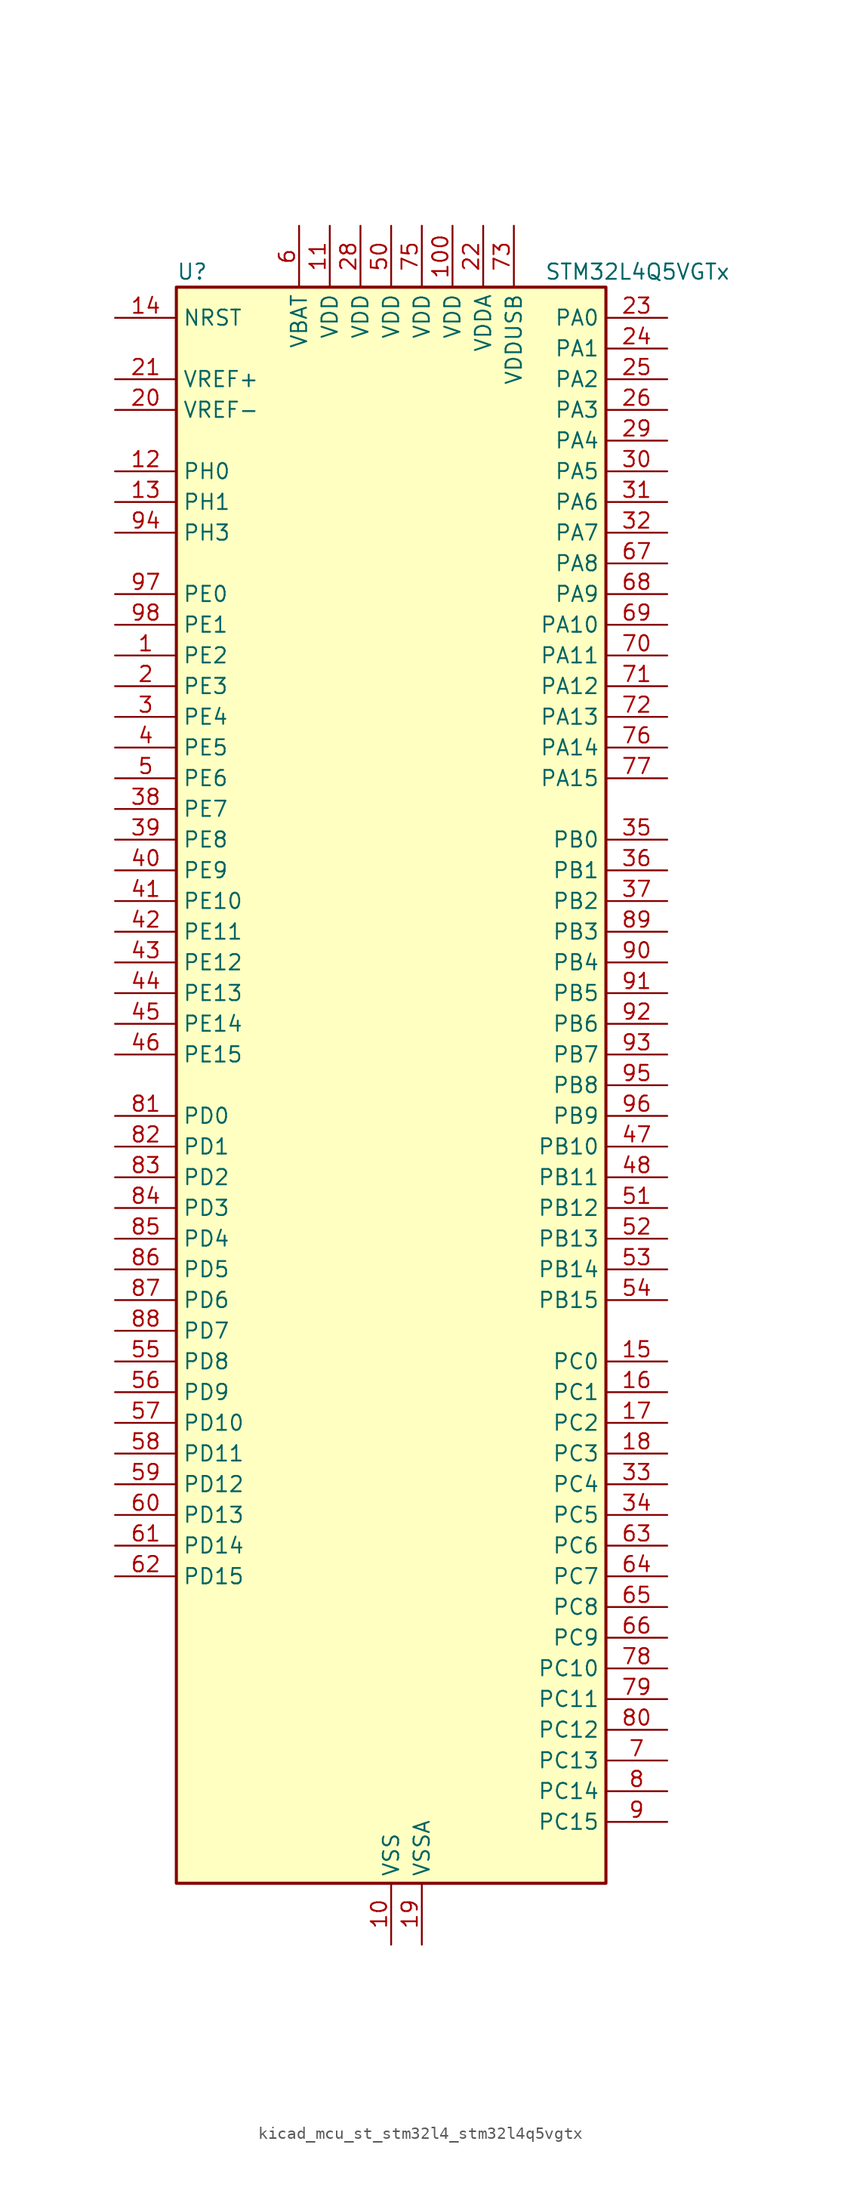
<source format=kicad_sym>
(kicad_symbol_lib
  (version 20220914)
  (generator kicad_symbol_editor)
  (symbol "kicad_mcu_st_stm32l4_stm32l4q5vgtx"
    (property "Reference" "U"
      (at -17.78 67.31 0)
      (effects (font (size 1.27 1.27)) (justify left)))
    (property "Value" "STM32L4Q5VGTx"
      (at 12.7 67.31 0)
      (effects (font (size 1.27 1.27)) (justify left)))
    (property "ki_locked" ""
      (at 0 0 0)
      (effects (font (size 1.27 1.27))))
    (symbol "kicad_mcu_st_stm32l4_stm32l4q5vgtx_0_1"
      (rectangle (start -17.78 -66.04) (end 17.78 66.04) (stroke (width 0.254) (type default)) (fill (type background))))
    (symbol "kicad_mcu_st_stm32l4_stm32l4q5vgtx_1_1"
      (pin bidirectional line (at -22.86 35.56 0) (length 5.08) (name "PE2" (effects (font (size 1.27 1.27)))) (number "1" (effects (font (size 1.27 1.27)))) (alternate "FMC_A23" bidirectional line) (alternate "LTDC_R7" bidirectional line) (alternate "SAI1_CK1" bidirectional line) (alternate "SAI1_MCLK_A" bidirectional line) (alternate "SYS_TRACECLK" bidirectional line) (alternate "TIM3_ETR" bidirectional line) (alternate "TSC_G7_IO1" bidirectional line))
      (pin power_in line (at 0 -71.12 90) (length 5.08) (name "VSS" (effects (font (size 1.27 1.27)))) (number "10" (effects (font (size 1.27 1.27)))))
      (pin power_in line (at 5.08 71.12 270) (length 5.08) (name "VDD" (effects (font (size 1.27 1.27)))) (number "100" (effects (font (size 1.27 1.27)))))
      (pin power_in line (at -5.08 71.12 270) (length 5.08) (name "VDD" (effects (font (size 1.27 1.27)))) (number "11" (effects (font (size 1.27 1.27)))))
      (pin bidirectional line (at -22.86 50.8 0) (length 5.08) (name "PH0" (effects (font (size 1.27 1.27)))) (number "12" (effects (font (size 1.27 1.27)))) (alternate "RCC_OSC_IN" bidirectional line))
      (pin bidirectional line (at -22.86 48.26 0) (length 5.08) (name "PH1" (effects (font (size 1.27 1.27)))) (number "13" (effects (font (size 1.27 1.27)))) (alternate "RCC_OSC_OUT" bidirectional line))
      (pin input line (at -22.86 63.5 0) (length 5.08) (name "NRST" (effects (font (size 1.27 1.27)))) (number "14" (effects (font (size 1.27 1.27)))))
      (pin bidirectional line (at 22.86 -22.86 180) (length 5.08) (name "PC0" (effects (font (size 1.27 1.27)))) (number "15" (effects (font (size 1.27 1.27)))) (alternate "ADC1_IN1" bidirectional line) (alternate "ADC2_IN1" bidirectional line) (alternate "I2C3_SCL" bidirectional line) (alternate "LPTIM1_IN1" bidirectional line) (alternate "LPTIM2_IN1" bidirectional line) (alternate "LPUART1_RX" bidirectional line) (alternate "LTDC_DE" bidirectional line) (alternate "SAI2_FS_A" bidirectional line) (alternate "SDMMC1_CMD" bidirectional line) (alternate "SDMMC2_CKIN" bidirectional line))
      (pin bidirectional line (at 22.86 -25.4 180) (length 5.08) (name "PC1" (effects (font (size 1.27 1.27)))) (number "16" (effects (font (size 1.27 1.27)))) (alternate "ADC1_IN2" bidirectional line) (alternate "ADC2_IN2" bidirectional line) (alternate "I2C3_SDA" bidirectional line) (alternate "LPTIM1_OUT" bidirectional line) (alternate "LPUART1_TX" bidirectional line) (alternate "OCTOSPIM_P1_IO4" bidirectional line) (alternate "SAI1_SD_A" bidirectional line) (alternate "SPI2_MOSI" bidirectional line) (alternate "SYS_TRACED0" bidirectional line))
      (pin bidirectional line (at 22.86 -27.94 180) (length 5.08) (name "PC2" (effects (font (size 1.27 1.27)))) (number "17" (effects (font (size 1.27 1.27)))) (alternate "ADC1_IN3" bidirectional line) (alternate "ADC2_IN3" bidirectional line) (alternate "DFSDM1_CKOUT" bidirectional line) (alternate "LPTIM1_IN2" bidirectional line) (alternate "LTDC_HSYNC" bidirectional line) (alternate "OCTOSPIM_P1_IO5" bidirectional line) (alternate "SPI2_MISO" bidirectional line))
      (pin bidirectional line (at 22.86 -30.48 180) (length 5.08) (name "PC3" (effects (font (size 1.27 1.27)))) (number "18" (effects (font (size 1.27 1.27)))) (alternate "ADC1_IN4" bidirectional line) (alternate "ADC2_IN4" bidirectional line) (alternate "LPTIM1_ETR" bidirectional line) (alternate "LPTIM2_ETR" bidirectional line) (alternate "OCTOSPIM_P1_IO6" bidirectional line) (alternate "SAI1_D1" bidirectional line) (alternate "SAI1_SD_A" bidirectional line) (alternate "SPI2_MOSI" bidirectional line))
      (pin power_in line (at 2.54 -71.12 90) (length 5.08) (name "VSSA" (effects (font (size 1.27 1.27)))) (number "19" (effects (font (size 1.27 1.27)))))
      (pin bidirectional line (at -22.86 33.02 0) (length 5.08) (name "PE3" (effects (font (size 1.27 1.27)))) (number "2" (effects (font (size 1.27 1.27)))) (alternate "FMC_A19" bidirectional line) (alternate "LTDC_R6" bidirectional line) (alternate "OCTOSPIM_P1_DQS" bidirectional line) (alternate "SAI1_SD_B" bidirectional line) (alternate "SYS_TRACED0" bidirectional line) (alternate "TIM3_CH1" bidirectional line) (alternate "TSC_G7_IO2" bidirectional line))
      (pin input line (at -22.86 55.88 0) (length 5.08) (name "VREF-" (effects (font (size 1.27 1.27)))) (number "20" (effects (font (size 1.27 1.27)))))
      (pin input line (at -22.86 58.42 0) (length 5.08) (name "VREF+" (effects (font (size 1.27 1.27)))) (number "21" (effects (font (size 1.27 1.27)))) (alternate "VREFBUF_OUT" bidirectional line))
      (pin power_in line (at 7.62 71.12 270) (length 5.08) (name "VDDA" (effects (font (size 1.27 1.27)))) (number "22" (effects (font (size 1.27 1.27)))))
      (pin bidirectional line (at 22.86 63.5 180) (length 5.08) (name "PA0" (effects (font (size 1.27 1.27)))) (number "23" (effects (font (size 1.27 1.27)))) (alternate "ADC1_IN5" bidirectional line) (alternate "ADC2_IN5" bidirectional line) (alternate "OPAMP1_VINP" bidirectional line) (alternate "RTC_TAMP2" bidirectional line) (alternate "SAI1_EXTCLK" bidirectional line) (alternate "SYS_WKUP1" bidirectional line) (alternate "TIM2_CH1" bidirectional line) (alternate "TIM2_ETR" bidirectional line) (alternate "TIM5_CH1" bidirectional line) (alternate "TIM8_ETR" bidirectional line) (alternate "UART4_TX" bidirectional line) (alternate "USART2_CTS" bidirectional line) (alternate "USART2_NSS" bidirectional line))
      (pin bidirectional line (at 22.86 60.96 180) (length 5.08) (name "PA1" (effects (font (size 1.27 1.27)))) (number "24" (effects (font (size 1.27 1.27)))) (alternate "ADC1_IN6" bidirectional line) (alternate "ADC2_IN6" bidirectional line) (alternate "I2C1_SMBA" bidirectional line) (alternate "OCTOSPIM_P1_DQS" bidirectional line) (alternate "OPAMP1_VINM" bidirectional line) (alternate "SDMMC2_CMD" bidirectional line) (alternate "SPI1_SCK" bidirectional line) (alternate "TIM15_CH1N" bidirectional line) (alternate "TIM2_CH2" bidirectional line) (alternate "TIM5_CH2" bidirectional line) (alternate "UART4_RX" bidirectional line) (alternate "USART2_DE" bidirectional line) (alternate "USART2_RTS" bidirectional line))
      (pin bidirectional line (at 22.86 58.42 180) (length 5.08) (name "PA2" (effects (font (size 1.27 1.27)))) (number "25" (effects (font (size 1.27 1.27)))) (alternate "ADC1_IN7" bidirectional line) (alternate "ADC2_IN7" bidirectional line) (alternate "LPUART1_TX" bidirectional line) (alternate "OCTOSPIM_P1_NCS" bidirectional line) (alternate "RCC_LSCO" bidirectional line) (alternate "SAI2_EXTCLK" bidirectional line) (alternate "SYS_WKUP4" bidirectional line) (alternate "TIM15_CH1" bidirectional line) (alternate "TIM2_CH3" bidirectional line) (alternate "TIM5_CH3" bidirectional line) (alternate "USART2_TX" bidirectional line))
      (pin bidirectional line (at 22.86 55.88 180) (length 5.08) (name "PA3" (effects (font (size 1.27 1.27)))) (number "26" (effects (font (size 1.27 1.27)))) (alternate "ADC1_IN8" bidirectional line) (alternate "ADC2_IN8" bidirectional line) (alternate "LPUART1_RX" bidirectional line) (alternate "OCTOSPIM_P1_CLK" bidirectional line) (alternate "OPAMP1_VOUT" bidirectional line) (alternate "SAI1_CK1" bidirectional line) (alternate "SAI1_MCLK_A" bidirectional line) (alternate "TIM15_CH2" bidirectional line) (alternate "TIM2_CH4" bidirectional line) (alternate "TIM5_CH4" bidirectional line) (alternate "USART2_RX" bidirectional line))
      (pin passive line (at 0 -71.12 90) (length 5.08) hide (name "VSS" (effects (font (size 1.27 1.27)))) (number "27" (effects (font (size 1.27 1.27)))))
      (pin power_in line (at -2.54 71.12 270) (length 5.08) (name "VDD" (effects (font (size 1.27 1.27)))) (number "28" (effects (font (size 1.27 1.27)))))
      (pin bidirectional line (at 22.86 53.34 180) (length 5.08) (name "PA4" (effects (font (size 1.27 1.27)))) (number "29" (effects (font (size 1.27 1.27)))) (alternate "ADC1_IN9" bidirectional line) (alternate "ADC2_IN9" bidirectional line) (alternate "DAC1_OUT1" bidirectional line) (alternate "DCMI_HSYNC" bidirectional line) (alternate "LPTIM2_OUT" bidirectional line) (alternate "LTDC_CLK" bidirectional line) (alternate "OCTOSPIM_P1_NCS" bidirectional line) (alternate "PSSI_DE" bidirectional line) (alternate "SAI1_FS_B" bidirectional line) (alternate "SPI1_NSS" bidirectional line) (alternate "SPI3_NSS" bidirectional line) (alternate "USART2_CK" bidirectional line))
      (pin bidirectional line (at -22.86 30.48 0) (length 5.08) (name "PE4" (effects (font (size 1.27 1.27)))) (number "3" (effects (font (size 1.27 1.27)))) (alternate "DCMI_D4" bidirectional line) (alternate "DFSDM1_DATIN3" bidirectional line) (alternate "FMC_A20" bidirectional line) (alternate "LTDC_B7" bidirectional line) (alternate "PSSI_D4" bidirectional line) (alternate "SAI1_D2" bidirectional line) (alternate "SAI1_FS_A" bidirectional line) (alternate "SYS_TRACED1" bidirectional line) (alternate "TIM3_CH2" bidirectional line) (alternate "TSC_G7_IO3" bidirectional line))
      (pin bidirectional line (at 22.86 50.8 180) (length 5.08) (name "PA5" (effects (font (size 1.27 1.27)))) (number "30" (effects (font (size 1.27 1.27)))) (alternate "ADC1_IN10" bidirectional line) (alternate "ADC2_IN10" bidirectional line) (alternate "DAC1_OUT2" bidirectional line) (alternate "LPTIM2_ETR" bidirectional line) (alternate "LTDC_R7" bidirectional line) (alternate "PSSI_D14" bidirectional line) (alternate "SPI1_SCK" bidirectional line) (alternate "TIM2_CH1" bidirectional line) (alternate "TIM2_ETR" bidirectional line) (alternate "TIM8_CH1N" bidirectional line))
      (pin bidirectional line (at 22.86 48.26 180) (length 5.08) (name "PA6" (effects (font (size 1.27 1.27)))) (number "31" (effects (font (size 1.27 1.27)))) (alternate "ADC1_IN11" bidirectional line) (alternate "ADC2_IN11" bidirectional line) (alternate "DCMI_PIXCLK" bidirectional line) (alternate "LPUART1_CTS" bidirectional line) (alternate "OCTOSPIM_P1_IO3" bidirectional line) (alternate "OPAMP2_VINP" bidirectional line) (alternate "PSSI_PDCK" bidirectional line) (alternate "SPI1_MISO" bidirectional line) (alternate "TIM16_CH1" bidirectional line) (alternate "TIM1_BKIN" bidirectional line) (alternate "TIM3_CH1" bidirectional line) (alternate "TIM8_BKIN" bidirectional line) (alternate "USART3_CTS" bidirectional line) (alternate "USART3_NSS" bidirectional line))
      (pin bidirectional line (at 22.86 45.72 180) (length 5.08) (name "PA7" (effects (font (size 1.27 1.27)))) (number "32" (effects (font (size 1.27 1.27)))) (alternate "ADC1_IN12" bidirectional line) (alternate "ADC2_IN12" bidirectional line) (alternate "I2C3_SCL" bidirectional line) (alternate "OCTOSPIM_P1_IO2" bidirectional line) (alternate "OPAMP2_VINM" bidirectional line) (alternate "SPI1_MOSI" bidirectional line) (alternate "TIM17_CH1" bidirectional line) (alternate "TIM1_CH1N" bidirectional line) (alternate "TIM3_CH2" bidirectional line) (alternate "TIM8_CH1N" bidirectional line))
      (pin bidirectional line (at 22.86 -33.02 180) (length 5.08) (name "PC4" (effects (font (size 1.27 1.27)))) (number "33" (effects (font (size 1.27 1.27)))) (alternate "ADC1_IN13" bidirectional line) (alternate "ADC2_IN13" bidirectional line) (alternate "COMP1_INM" bidirectional line) (alternate "OCTOSPIM_P1_IO7" bidirectional line) (alternate "OCTOSPIM_P2_NCS" bidirectional line) (alternate "USART3_TX" bidirectional line))
      (pin bidirectional line (at 22.86 -35.56 180) (length 5.08) (name "PC5" (effects (font (size 1.27 1.27)))) (number "34" (effects (font (size 1.27 1.27)))) (alternate "ADC1_IN14" bidirectional line) (alternate "ADC2_IN14" bidirectional line) (alternate "COMP1_INP" bidirectional line) (alternate "LTDC_CLK" bidirectional line) (alternate "PSSI_D15" bidirectional line) (alternate "SAI1_D3" bidirectional line) (alternate "SYS_WKUP5" bidirectional line) (alternate "USART3_RX" bidirectional line))
      (pin bidirectional line (at 22.86 20.32 180) (length 5.08) (name "PB0" (effects (font (size 1.27 1.27)))) (number "35" (effects (font (size 1.27 1.27)))) (alternate "ADC1_IN15" bidirectional line) (alternate "ADC2_IN15" bidirectional line) (alternate "COMP1_OUT" bidirectional line) (alternate "LTDC_B6" bidirectional line) (alternate "OCTOSPIM_P1_IO1" bidirectional line) (alternate "OPAMP2_VOUT" bidirectional line) (alternate "SAI1_EXTCLK" bidirectional line) (alternate "SPI1_NSS" bidirectional line) (alternate "TIM1_CH2N" bidirectional line) (alternate "TIM3_CH3" bidirectional line) (alternate "TIM8_CH2N" bidirectional line) (alternate "USART3_CK" bidirectional line))
      (pin bidirectional line (at 22.86 17.78 180) (length 5.08) (name "PB1" (effects (font (size 1.27 1.27)))) (number "36" (effects (font (size 1.27 1.27)))) (alternate "ADC1_IN16" bidirectional line) (alternate "ADC2_IN16" bidirectional line) (alternate "COMP1_INM" bidirectional line) (alternate "DFSDM1_DATIN0" bidirectional line) (alternate "LPTIM2_IN1" bidirectional line) (alternate "LPUART1_DE" bidirectional line) (alternate "LPUART1_RTS" bidirectional line) (alternate "LTDC_G6" bidirectional line) (alternate "OCTOSPIM_P1_IO0" bidirectional line) (alternate "TIM1_CH3N" bidirectional line) (alternate "TIM3_CH4" bidirectional line) (alternate "TIM8_CH3N" bidirectional line) (alternate "USART3_DE" bidirectional line) (alternate "USART3_RTS" bidirectional line))
      (pin bidirectional line (at 22.86 15.24 180) (length 5.08) (name "PB2" (effects (font (size 1.27 1.27)))) (number "37" (effects (font (size 1.27 1.27)))) (alternate "COMP1_INP" bidirectional line) (alternate "DFSDM1_CKIN0" bidirectional line) (alternate "I2C3_SMBA" bidirectional line) (alternate "LPTIM1_OUT" bidirectional line) (alternate "OCTOSPIM_P1_DQS" bidirectional line) (alternate "RTC_OUT2" bidirectional line))
      (pin bidirectional line (at -22.86 22.86 0) (length 5.08) (name "PE7" (effects (font (size 1.27 1.27)))) (number "38" (effects (font (size 1.27 1.27)))) (alternate "DFSDM1_DATIN2" bidirectional line) (alternate "FMC_D4" bidirectional line) (alternate "FMC_DA4" bidirectional line) (alternate "LTDC_B6" bidirectional line) (alternate "SAI1_SD_B" bidirectional line) (alternate "TIM1_ETR" bidirectional line))
      (pin bidirectional line (at -22.86 20.32 0) (length 5.08) (name "PE8" (effects (font (size 1.27 1.27)))) (number "39" (effects (font (size 1.27 1.27)))) (alternate "DFSDM1_CKIN2" bidirectional line) (alternate "FMC_D5" bidirectional line) (alternate "FMC_DA5" bidirectional line) (alternate "LTDC_B7" bidirectional line) (alternate "SAI1_SCK_B" bidirectional line) (alternate "TIM1_CH1N" bidirectional line))
      (pin bidirectional line (at -22.86 27.94 0) (length 5.08) (name "PE5" (effects (font (size 1.27 1.27)))) (number "4" (effects (font (size 1.27 1.27)))) (alternate "DCMI_D6" bidirectional line) (alternate "DFSDM1_CKIN3" bidirectional line) (alternate "FMC_A21" bidirectional line) (alternate "LTDC_G7" bidirectional line) (alternate "PSSI_D6" bidirectional line) (alternate "SAI1_CK2" bidirectional line) (alternate "SAI1_SCK_A" bidirectional line) (alternate "SYS_TRACED2" bidirectional line) (alternate "TIM3_CH3" bidirectional line) (alternate "TSC_G7_IO4" bidirectional line))
      (pin bidirectional line (at -22.86 17.78 0) (length 5.08) (name "PE9" (effects (font (size 1.27 1.27)))) (number "40" (effects (font (size 1.27 1.27)))) (alternate "DAC1_EXTI9" bidirectional line) (alternate "DFSDM1_CKOUT" bidirectional line) (alternate "FMC_D6" bidirectional line) (alternate "FMC_DA6" bidirectional line) (alternate "LTDC_G2" bidirectional line) (alternate "OCTOSPIM_P1_NCLK" bidirectional line) (alternate "SAI1_FS_B" bidirectional line) (alternate "TIM1_CH1" bidirectional line))
      (pin bidirectional line (at -22.86 15.24 0) (length 5.08) (name "PE10" (effects (font (size 1.27 1.27)))) (number "41" (effects (font (size 1.27 1.27)))) (alternate "FMC_D7" bidirectional line) (alternate "FMC_DA7" bidirectional line) (alternate "LTDC_G3" bidirectional line) (alternate "OCTOSPIM_P1_CLK" bidirectional line) (alternate "SAI1_MCLK_B" bidirectional line) (alternate "TIM1_CH2N" bidirectional line) (alternate "TSC_G5_IO1" bidirectional line))
      (pin bidirectional line (at -22.86 12.7 0) (length 5.08) (name "PE11" (effects (font (size 1.27 1.27)))) (number "42" (effects (font (size 1.27 1.27)))) (alternate "ADC1_EXTI11" bidirectional line) (alternate "ADC2_EXTI11" bidirectional line) (alternate "FMC_D8" bidirectional line) (alternate "FMC_DA8" bidirectional line) (alternate "LTDC_G4" bidirectional line) (alternate "OCTOSPIM_P1_NCS" bidirectional line) (alternate "TIM1_CH2" bidirectional line) (alternate "TSC_G5_IO2" bidirectional line))
      (pin bidirectional line (at -22.86 10.16 0) (length 5.08) (name "PE12" (effects (font (size 1.27 1.27)))) (number "43" (effects (font (size 1.27 1.27)))) (alternate "FMC_D9" bidirectional line) (alternate "FMC_DA9" bidirectional line) (alternate "LTDC_G5" bidirectional line) (alternate "OCTOSPIM_P1_IO0" bidirectional line) (alternate "SPI1_NSS" bidirectional line) (alternate "TIM1_CH3N" bidirectional line) (alternate "TSC_G5_IO3" bidirectional line))
      (pin bidirectional line (at -22.86 7.62 0) (length 5.08) (name "PE13" (effects (font (size 1.27 1.27)))) (number "44" (effects (font (size 1.27 1.27)))) (alternate "FMC_D10" bidirectional line) (alternate "FMC_DA10" bidirectional line) (alternate "LTDC_G6" bidirectional line) (alternate "OCTOSPIM_P1_IO1" bidirectional line) (alternate "SPI1_SCK" bidirectional line) (alternate "TIM1_CH3" bidirectional line) (alternate "TSC_G5_IO4" bidirectional line))
      (pin bidirectional line (at -22.86 5.08 0) (length 5.08) (name "PE14" (effects (font (size 1.27 1.27)))) (number "45" (effects (font (size 1.27 1.27)))) (alternate "FMC_D11" bidirectional line) (alternate "FMC_DA11" bidirectional line) (alternate "LTDC_G7" bidirectional line) (alternate "OCTOSPIM_P1_IO2" bidirectional line) (alternate "SPI1_MISO" bidirectional line) (alternate "TIM1_BKIN2" bidirectional line) (alternate "TIM1_CH4" bidirectional line))
      (pin bidirectional line (at -22.86 2.54 0) (length 5.08) (name "PE15" (effects (font (size 1.27 1.27)))) (number "46" (effects (font (size 1.27 1.27)))) (alternate "ADC1_EXTI15" bidirectional line) (alternate "ADC2_EXTI15" bidirectional line) (alternate "FMC_D12" bidirectional line) (alternate "FMC_DA12" bidirectional line) (alternate "LTDC_R2" bidirectional line) (alternate "OCTOSPIM_P1_IO3" bidirectional line) (alternate "SPI1_MOSI" bidirectional line) (alternate "TIM1_BKIN" bidirectional line))
      (pin bidirectional line (at 22.86 -5.08 180) (length 5.08) (name "PB10" (effects (font (size 1.27 1.27)))) (number "47" (effects (font (size 1.27 1.27)))) (alternate "COMP1_OUT" bidirectional line) (alternate "I2C2_SCL" bidirectional line) (alternate "I2C4_SCL" bidirectional line) (alternate "LPUART1_RX" bidirectional line) (alternate "OCTOSPIM_P1_CLK" bidirectional line) (alternate "OCTOSPIM_P1_IO3" bidirectional line) (alternate "SAI1_SCK_A" bidirectional line) (alternate "SPI2_SCK" bidirectional line) (alternate "TIM2_CH3" bidirectional line) (alternate "TSC_SYNC" bidirectional line) (alternate "USART3_TX" bidirectional line))
      (pin bidirectional line (at 22.86 -7.62 180) (length 5.08) (name "PB11" (effects (font (size 1.27 1.27)))) (number "48" (effects (font (size 1.27 1.27)))) (alternate "ADC1_EXTI11" bidirectional line) (alternate "ADC2_EXTI11" bidirectional line) (alternate "COMP2_OUT" bidirectional line) (alternate "I2C2_SDA" bidirectional line) (alternate "I2C4_SDA" bidirectional line) (alternate "LPUART1_TX" bidirectional line) (alternate "LTDC_VSYNC" bidirectional line) (alternate "OCTOSPIM_P1_NCS" bidirectional line) (alternate "TIM2_CH4" bidirectional line) (alternate "USART3_RX" bidirectional line))
      (pin passive line (at 0 -71.12 90) (length 5.08) hide (name "VSS" (effects (font (size 1.27 1.27)))) (number "49" (effects (font (size 1.27 1.27)))))
      (pin bidirectional line (at -22.86 25.4 0) (length 5.08) (name "PE6" (effects (font (size 1.27 1.27)))) (number "5" (effects (font (size 1.27 1.27)))) (alternate "DCMI_D7" bidirectional line) (alternate "FMC_A22" bidirectional line) (alternate "LTDC_G6" bidirectional line) (alternate "PSSI_D7" bidirectional line) (alternate "RTC_TAMP3" bidirectional line) (alternate "SAI1_D1" bidirectional line) (alternate "SAI1_SD_A" bidirectional line) (alternate "SYS_TRACED3" bidirectional line) (alternate "SYS_WKUP3" bidirectional line) (alternate "TIM3_CH4" bidirectional line))
      (pin power_in line (at 0 71.12 270) (length 5.08) (name "VDD" (effects (font (size 1.27 1.27)))) (number "50" (effects (font (size 1.27 1.27)))))
      (pin bidirectional line (at 22.86 -10.16 180) (length 5.08) (name "PB12" (effects (font (size 1.27 1.27)))) (number "51" (effects (font (size 1.27 1.27)))) (alternate "DFSDM1_DATIN1" bidirectional line) (alternate "I2C2_SMBA" bidirectional line) (alternate "LPUART1_DE" bidirectional line) (alternate "LPUART1_RTS" bidirectional line) (alternate "OCTOSPIM_P1_NCLK" bidirectional line) (alternate "SAI2_FS_A" bidirectional line) (alternate "SDMMC2_CK" bidirectional line) (alternate "SPI2_NSS" bidirectional line) (alternate "TIM15_BKIN" bidirectional line) (alternate "TIM1_BKIN" bidirectional line) (alternate "TSC_G1_IO1" bidirectional line) (alternate "USART3_CK" bidirectional line))
      (pin bidirectional line (at 22.86 -12.7 180) (length 5.08) (name "PB13" (effects (font (size 1.27 1.27)))) (number "52" (effects (font (size 1.27 1.27)))) (alternate "DFSDM1_CKIN1" bidirectional line) (alternate "I2C2_SCL" bidirectional line) (alternate "LPUART1_CTS" bidirectional line) (alternate "OCTOSPIM_P1_IO1" bidirectional line) (alternate "SAI2_SCK_A" bidirectional line) (alternate "SPI2_SCK" bidirectional line) (alternate "TIM15_CH1N" bidirectional line) (alternate "TIM1_CH1N" bidirectional line) (alternate "TSC_G1_IO2" bidirectional line) (alternate "USART3_CTS" bidirectional line) (alternate "USART3_NSS" bidirectional line))
      (pin bidirectional line (at 22.86 -15.24 180) (length 5.08) (name "PB14" (effects (font (size 1.27 1.27)))) (number "53" (effects (font (size 1.27 1.27)))) (alternate "DFSDM1_DATIN2" bidirectional line) (alternate "I2C2_SDA" bidirectional line) (alternate "OCTOSPIM_P1_IO6" bidirectional line) (alternate "SAI2_MCLK_A" bidirectional line) (alternate "SDMMC2_D0" bidirectional line) (alternate "SPI2_MISO" bidirectional line) (alternate "TIM15_CH1" bidirectional line) (alternate "TIM1_CH2N" bidirectional line) (alternate "TIM8_CH2N" bidirectional line) (alternate "TSC_G1_IO3" bidirectional line) (alternate "USART3_DE" bidirectional line) (alternate "USART3_RTS" bidirectional line))
      (pin bidirectional line (at 22.86 -17.78 180) (length 5.08) (name "PB15" (effects (font (size 1.27 1.27)))) (number "54" (effects (font (size 1.27 1.27)))) (alternate "ADC1_EXTI15" bidirectional line) (alternate "ADC2_EXTI15" bidirectional line) (alternate "DFSDM1_CKIN2" bidirectional line) (alternate "OCTOSPIM_P1_IO7" bidirectional line) (alternate "RTC_REFIN" bidirectional line) (alternate "SAI2_SD_A" bidirectional line) (alternate "SDMMC2_D1" bidirectional line) (alternate "SPI2_MOSI" bidirectional line) (alternate "TIM15_CH2" bidirectional line) (alternate "TIM1_CH3N" bidirectional line) (alternate "TIM8_CH3N" bidirectional line) (alternate "TSC_G1_IO4" bidirectional line))
      (pin bidirectional line (at -22.86 -22.86 0) (length 5.08) (name "PD8" (effects (font (size 1.27 1.27)))) (number "55" (effects (font (size 1.27 1.27)))) (alternate "DCMI_HSYNC" bidirectional line) (alternate "FMC_D13" bidirectional line) (alternate "FMC_DA13" bidirectional line) (alternate "LTDC_R3" bidirectional line) (alternate "PSSI_DE" bidirectional line) (alternate "USART3_TX" bidirectional line))
      (pin bidirectional line (at -22.86 -25.4 0) (length 5.08) (name "PD9" (effects (font (size 1.27 1.27)))) (number "56" (effects (font (size 1.27 1.27)))) (alternate "DAC1_EXTI9" bidirectional line) (alternate "DCMI_PIXCLK" bidirectional line) (alternate "FMC_D14" bidirectional line) (alternate "FMC_DA14" bidirectional line) (alternate "LTDC_R4" bidirectional line) (alternate "PSSI_PDCK" bidirectional line) (alternate "SAI2_MCLK_A" bidirectional line) (alternate "USART3_RX" bidirectional line))
      (pin bidirectional line (at -22.86 -27.94 0) (length 5.08) (name "PD10" (effects (font (size 1.27 1.27)))) (number "57" (effects (font (size 1.27 1.27)))) (alternate "FMC_D15" bidirectional line) (alternate "FMC_DA15" bidirectional line) (alternate "LTDC_R5" bidirectional line) (alternate "SAI2_SCK_A" bidirectional line) (alternate "TSC_G6_IO1" bidirectional line) (alternate "USART3_CK" bidirectional line))
      (pin bidirectional line (at -22.86 -30.48 0) (length 5.08) (name "PD11" (effects (font (size 1.27 1.27)))) (number "58" (effects (font (size 1.27 1.27)))) (alternate "ADC1_EXTI11" bidirectional line) (alternate "ADC2_EXTI11" bidirectional line) (alternate "FMC_A16" bidirectional line) (alternate "FMC_CLE" bidirectional line) (alternate "I2C4_SMBA" bidirectional line) (alternate "LPTIM2_ETR" bidirectional line) (alternate "LTDC_R6" bidirectional line) (alternate "SAI2_SD_A" bidirectional line) (alternate "TSC_G6_IO2" bidirectional line) (alternate "USART3_CTS" bidirectional line) (alternate "USART3_NSS" bidirectional line))
      (pin bidirectional line (at -22.86 -33.02 0) (length 5.08) (name "PD12" (effects (font (size 1.27 1.27)))) (number "59" (effects (font (size 1.27 1.27)))) (alternate "FMC_A17" bidirectional line) (alternate "FMC_ALE" bidirectional line) (alternate "I2C4_SCL" bidirectional line) (alternate "LPTIM2_IN1" bidirectional line) (alternate "LTDC_R7" bidirectional line) (alternate "SAI2_FS_A" bidirectional line) (alternate "TIM4_CH1" bidirectional line) (alternate "TSC_G6_IO3" bidirectional line) (alternate "USART3_DE" bidirectional line) (alternate "USART3_RTS" bidirectional line))
      (pin power_in line (at -7.62 71.12 270) (length 5.08) (name "VBAT" (effects (font (size 1.27 1.27)))) (number "6" (effects (font (size 1.27 1.27)))))
      (pin bidirectional line (at -22.86 -35.56 0) (length 5.08) (name "PD13" (effects (font (size 1.27 1.27)))) (number "60" (effects (font (size 1.27 1.27)))) (alternate "FMC_A18" bidirectional line) (alternate "I2C4_SDA" bidirectional line) (alternate "LPTIM2_OUT" bidirectional line) (alternate "TIM4_CH2" bidirectional line) (alternate "TSC_G6_IO4" bidirectional line))
      (pin bidirectional line (at -22.86 -38.1 0) (length 5.08) (name "PD14" (effects (font (size 1.27 1.27)))) (number "61" (effects (font (size 1.27 1.27)))) (alternate "FMC_D0" bidirectional line) (alternate "FMC_DA0" bidirectional line) (alternate "LTDC_B2" bidirectional line) (alternate "TIM4_CH3" bidirectional line))
      (pin bidirectional line (at -22.86 -40.64 0) (length 5.08) (name "PD15" (effects (font (size 1.27 1.27)))) (number "62" (effects (font (size 1.27 1.27)))) (alternate "ADC1_EXTI15" bidirectional line) (alternate "ADC2_EXTI15" bidirectional line) (alternate "FMC_D1" bidirectional line) (alternate "FMC_DA1" bidirectional line) (alternate "LTDC_B3" bidirectional line) (alternate "TIM4_CH4" bidirectional line))
      (pin bidirectional line (at 22.86 -38.1 180) (length 5.08) (name "PC6" (effects (font (size 1.27 1.27)))) (number "63" (effects (font (size 1.27 1.27)))) (alternate "DCMI_D0" bidirectional line) (alternate "DFSDM1_CKIN3" bidirectional line) (alternate "LTDC_G7" bidirectional line) (alternate "PSSI_D0" bidirectional line) (alternate "SAI2_MCLK_A" bidirectional line) (alternate "SDMMC1_D0DIR" bidirectional line) (alternate "SDMMC1_D6" bidirectional line) (alternate "SDMMC2_D6" bidirectional line) (alternate "TIM3_CH1" bidirectional line) (alternate "TIM8_CH1" bidirectional line) (alternate "TSC_G4_IO1" bidirectional line))
      (pin bidirectional line (at 22.86 -40.64 180) (length 5.08) (name "PC7" (effects (font (size 1.27 1.27)))) (number "64" (effects (font (size 1.27 1.27)))) (alternate "DCMI_D1" bidirectional line) (alternate "DFSDM1_DATIN3" bidirectional line) (alternate "LTDC_B6" bidirectional line) (alternate "PSSI_D1" bidirectional line) (alternate "SAI2_MCLK_B" bidirectional line) (alternate "SDMMC1_D123DIR" bidirectional line) (alternate "SDMMC1_D7" bidirectional line) (alternate "SDMMC2_D7" bidirectional line) (alternate "TIM3_CH2" bidirectional line) (alternate "TIM8_CH2" bidirectional line) (alternate "TSC_G4_IO2" bidirectional line))
      (pin bidirectional line (at 22.86 -43.18 180) (length 5.08) (name "PC8" (effects (font (size 1.27 1.27)))) (number "65" (effects (font (size 1.27 1.27)))) (alternate "DCMI_D2" bidirectional line) (alternate "PSSI_D2" bidirectional line) (alternate "SDMMC1_D0" bidirectional line) (alternate "TIM3_CH3" bidirectional line) (alternate "TIM8_CH3" bidirectional line) (alternate "TSC_G4_IO3" bidirectional line))
      (pin bidirectional line (at 22.86 -45.72 180) (length 5.08) (name "PC9" (effects (font (size 1.27 1.27)))) (number "66" (effects (font (size 1.27 1.27)))) (alternate "DAC1_EXTI9" bidirectional line) (alternate "DCMI_D3" bidirectional line) (alternate "I2C3_SDA" bidirectional line) (alternate "PSSI_D3" bidirectional line) (alternate "SAI2_EXTCLK" bidirectional line) (alternate "SDMMC1_D1" bidirectional line) (alternate "SYS_TRACED0" bidirectional line) (alternate "TIM3_CH4" bidirectional line) (alternate "TIM8_BKIN2" bidirectional line) (alternate "TIM8_CH4" bidirectional line) (alternate "TSC_G4_IO4" bidirectional line) (alternate "USB_OTG_FS_NOE" bidirectional line))
      (pin bidirectional line (at 22.86 43.18 180) (length 5.08) (name "PA8" (effects (font (size 1.27 1.27)))) (number "67" (effects (font (size 1.27 1.27)))) (alternate "LPTIM2_OUT" bidirectional line) (alternate "LTDC_B7" bidirectional line) (alternate "RCC_MCO" bidirectional line) (alternate "SAI1_CK2" bidirectional line) (alternate "SAI1_SCK_A" bidirectional line) (alternate "TIM1_CH1" bidirectional line) (alternate "USART1_CK" bidirectional line) (alternate "USB_OTG_FS_SOF" bidirectional line))
      (pin bidirectional line (at 22.86 40.64 180) (length 5.08) (name "PA9" (effects (font (size 1.27 1.27)))) (number "68" (effects (font (size 1.27 1.27)))) (alternate "DAC1_EXTI9" bidirectional line) (alternate "DCMI_D0" bidirectional line) (alternate "LTDC_G7" bidirectional line) (alternate "PSSI_D0" bidirectional line) (alternate "SAI1_FS_A" bidirectional line) (alternate "SPI2_SCK" bidirectional line) (alternate "TIM15_BKIN" bidirectional line) (alternate "TIM1_CH2" bidirectional line) (alternate "USART1_TX" bidirectional line) (alternate "USB_OTG_FS_VBUS" bidirectional line))
      (pin bidirectional line (at 22.86 38.1 180) (length 5.08) (name "PA10" (effects (font (size 1.27 1.27)))) (number "69" (effects (font (size 1.27 1.27)))) (alternate "DCMI_D1" bidirectional line) (alternate "LTDC_G6" bidirectional line) (alternate "PSSI_D1" bidirectional line) (alternate "SAI1_D1" bidirectional line) (alternate "SAI1_SD_A" bidirectional line) (alternate "TIM17_BKIN" bidirectional line) (alternate "TIM1_CH3" bidirectional line) (alternate "USART1_RX" bidirectional line) (alternate "USB_OTG_FS_ID" bidirectional line))
      (pin bidirectional line (at 22.86 -55.88 180) (length 5.08) (name "PC13" (effects (font (size 1.27 1.27)))) (number "7" (effects (font (size 1.27 1.27)))) (alternate "RTC_OUT1" bidirectional line) (alternate "RTC_TAMP1" bidirectional line) (alternate "RTC_TS" bidirectional line) (alternate "SYS_WKUP2" bidirectional line))
      (pin bidirectional line (at 22.86 35.56 180) (length 5.08) (name "PA11" (effects (font (size 1.27 1.27)))) (number "70" (effects (font (size 1.27 1.27)))) (alternate "ADC1_EXTI11" bidirectional line) (alternate "ADC2_EXTI11" bidirectional line) (alternate "CAN1_RX" bidirectional line) (alternate "LTDC_DE" bidirectional line) (alternate "SPI1_MISO" bidirectional line) (alternate "TIM1_BKIN2" bidirectional line) (alternate "TIM1_CH4" bidirectional line) (alternate "USART1_CTS" bidirectional line) (alternate "USART1_NSS" bidirectional line) (alternate "USB_OTG_FS_DM" bidirectional line))
      (pin bidirectional line (at 22.86 33.02 180) (length 5.08) (name "PA12" (effects (font (size 1.27 1.27)))) (number "71" (effects (font (size 1.27 1.27)))) (alternate "CAN1_TX" bidirectional line) (alternate "LTDC_VSYNC" bidirectional line) (alternate "OCTOSPIM_P2_NCS" bidirectional line) (alternate "SPI1_MOSI" bidirectional line) (alternate "TIM1_ETR" bidirectional line) (alternate "USART1_DE" bidirectional line) (alternate "USART1_RTS" bidirectional line) (alternate "USB_OTG_FS_DP" bidirectional line))
      (pin bidirectional line (at 22.86 30.48 180) (length 5.08) (name "PA13" (effects (font (size 1.27 1.27)))) (number "72" (effects (font (size 1.27 1.27)))) (alternate "IR_OUT" bidirectional line) (alternate "SAI1_SD_B" bidirectional line) (alternate "SYS_JTMS-SWDIO" bidirectional line) (alternate "USB_OTG_FS_NOE" bidirectional line))
      (pin power_in line (at 10.16 71.12 270) (length 5.08) (name "VDDUSB" (effects (font (size 1.27 1.27)))) (number "73" (effects (font (size 1.27 1.27)))))
      (pin passive line (at 0 -71.12 90) (length 5.08) hide (name "VSS" (effects (font (size 1.27 1.27)))) (number "74" (effects (font (size 1.27 1.27)))))
      (pin power_in line (at 2.54 71.12 270) (length 5.08) (name "VDD" (effects (font (size 1.27 1.27)))) (number "75" (effects (font (size 1.27 1.27)))))
      (pin bidirectional line (at 22.86 27.94 180) (length 5.08) (name "PA14" (effects (font (size 1.27 1.27)))) (number "76" (effects (font (size 1.27 1.27)))) (alternate "I2C1_SMBA" bidirectional line) (alternate "I2C4_SMBA" bidirectional line) (alternate "LPTIM1_OUT" bidirectional line) (alternate "SAI1_FS_B" bidirectional line) (alternate "SYS_JTCK-SWCLK" bidirectional line) (alternate "USB_OTG_FS_SOF" bidirectional line))
      (pin bidirectional line (at 22.86 25.4 180) (length 5.08) (name "PA15" (effects (font (size 1.27 1.27)))) (number "77" (effects (font (size 1.27 1.27)))) (alternate "ADC1_EXTI15" bidirectional line) (alternate "ADC2_EXTI15" bidirectional line) (alternate "LTDC_HSYNC" bidirectional line) (alternate "SAI2_FS_B" bidirectional line) (alternate "SPI1_NSS" bidirectional line) (alternate "SPI3_NSS" bidirectional line) (alternate "SYS_JTDI" bidirectional line) (alternate "TIM2_CH1" bidirectional line) (alternate "TIM2_ETR" bidirectional line) (alternate "TSC_G3_IO1" bidirectional line) (alternate "UART4_DE" bidirectional line) (alternate "UART4_RTS" bidirectional line) (alternate "USART2_RX" bidirectional line) (alternate "USART3_DE" bidirectional line) (alternate "USART3_RTS" bidirectional line))
      (pin bidirectional line (at 22.86 -48.26 180) (length 5.08) (name "PC10" (effects (font (size 1.27 1.27)))) (number "78" (effects (font (size 1.27 1.27)))) (alternate "DCMI_D8" bidirectional line) (alternate "DCMI_VSYNC" bidirectional line) (alternate "PSSI_D8" bidirectional line) (alternate "PSSI_RDY" bidirectional line) (alternate "SAI2_SCK_B" bidirectional line) (alternate "SDMMC1_D2" bidirectional line) (alternate "SPI3_SCK" bidirectional line) (alternate "SYS_TRACED1" bidirectional line) (alternate "TSC_G3_IO2" bidirectional line) (alternate "UART4_TX" bidirectional line) (alternate "USART3_TX" bidirectional line))
      (pin bidirectional line (at 22.86 -50.8 180) (length 5.08) (name "PC11" (effects (font (size 1.27 1.27)))) (number "79" (effects (font (size 1.27 1.27)))) (alternate "ADC1_EXTI11" bidirectional line) (alternate "ADC2_EXTI11" bidirectional line) (alternate "DCMI_D2" bidirectional line) (alternate "DCMI_D4" bidirectional line) (alternate "OCTOSPIM_P1_NCS" bidirectional line) (alternate "PSSI_D2" bidirectional line) (alternate "PSSI_D4" bidirectional line) (alternate "SAI2_MCLK_B" bidirectional line) (alternate "SDMMC1_D3" bidirectional line) (alternate "SPI3_MISO" bidirectional line) (alternate "TSC_G3_IO3" bidirectional line) (alternate "UART4_RX" bidirectional line) (alternate "USART3_RX" bidirectional line))
      (pin bidirectional line (at 22.86 -58.42 180) (length 5.08) (name "PC14" (effects (font (size 1.27 1.27)))) (number "8" (effects (font (size 1.27 1.27)))) (alternate "RCC_OSC32_IN" bidirectional line))
      (pin bidirectional line (at 22.86 -53.34 180) (length 5.08) (name "PC12" (effects (font (size 1.27 1.27)))) (number "80" (effects (font (size 1.27 1.27)))) (alternate "DCMI_D9" bidirectional line) (alternate "LTDC_R6" bidirectional line) (alternate "PSSI_D9" bidirectional line) (alternate "SAI2_SD_B" bidirectional line) (alternate "SDMMC1_CK" bidirectional line) (alternate "SPI3_MOSI" bidirectional line) (alternate "SYS_TRACED3" bidirectional line) (alternate "TSC_G3_IO4" bidirectional line) (alternate "UART5_TX" bidirectional line) (alternate "USART3_CK" bidirectional line))
      (pin bidirectional line (at -22.86 -2.54 0) (length 5.08) (name "PD0" (effects (font (size 1.27 1.27)))) (number "81" (effects (font (size 1.27 1.27)))) (alternate "CAN1_RX" bidirectional line) (alternate "FMC_D2" bidirectional line) (alternate "FMC_DA2" bidirectional line) (alternate "LTDC_B4" bidirectional line) (alternate "SPI2_NSS" bidirectional line))
      (pin bidirectional line (at -22.86 -5.08 0) (length 5.08) (name "PD1" (effects (font (size 1.27 1.27)))) (number "82" (effects (font (size 1.27 1.27)))) (alternate "CAN1_TX" bidirectional line) (alternate "FMC_D3" bidirectional line) (alternate "FMC_DA3" bidirectional line) (alternate "LTDC_B5" bidirectional line) (alternate "SPI2_SCK" bidirectional line))
      (pin bidirectional line (at -22.86 -7.62 0) (length 5.08) (name "PD2" (effects (font (size 1.27 1.27)))) (number "83" (effects (font (size 1.27 1.27)))) (alternate "DCMI_D11" bidirectional line) (alternate "PSSI_D11" bidirectional line) (alternate "SDMMC1_CMD" bidirectional line) (alternate "SYS_TRACED2" bidirectional line) (alternate "TIM3_ETR" bidirectional line) (alternate "TSC_SYNC" bidirectional line) (alternate "UART5_RX" bidirectional line) (alternate "USART3_DE" bidirectional line) (alternate "USART3_RTS" bidirectional line))
      (pin bidirectional line (at -22.86 -10.16 0) (length 5.08) (name "PD3" (effects (font (size 1.27 1.27)))) (number "84" (effects (font (size 1.27 1.27)))) (alternate "DCMI_D5" bidirectional line) (alternate "DFSDM1_DATIN0" bidirectional line) (alternate "FMC_CLK" bidirectional line) (alternate "LTDC_CLK" bidirectional line) (alternate "OCTOSPIM_P2_NCS" bidirectional line) (alternate "PSSI_D5" bidirectional line) (alternate "SPI2_MISO" bidirectional line) (alternate "SPI2_SCK" bidirectional line) (alternate "USART2_CTS" bidirectional line) (alternate "USART2_NSS" bidirectional line))
      (pin bidirectional line (at -22.86 -12.7 0) (length 5.08) (name "PD4" (effects (font (size 1.27 1.27)))) (number "85" (effects (font (size 1.27 1.27)))) (alternate "DFSDM1_CKIN0" bidirectional line) (alternate "FMC_NOE" bidirectional line) (alternate "OCTOSPIM_P1_IO4" bidirectional line) (alternate "SDMMC2_CKIN" bidirectional line) (alternate "SPI2_MOSI" bidirectional line) (alternate "USART2_DE" bidirectional line) (alternate "USART2_RTS" bidirectional line))
      (pin bidirectional line (at -22.86 -15.24 0) (length 5.08) (name "PD5" (effects (font (size 1.27 1.27)))) (number "86" (effects (font (size 1.27 1.27)))) (alternate "FMC_NWE" bidirectional line) (alternate "OCTOSPIM_P1_IO5" bidirectional line) (alternate "USART2_TX" bidirectional line))
      (pin bidirectional line (at -22.86 -17.78 0) (length 5.08) (name "PD6" (effects (font (size 1.27 1.27)))) (number "87" (effects (font (size 1.27 1.27)))) (alternate "DCMI_D10" bidirectional line) (alternate "DFSDM1_DATIN1" bidirectional line) (alternate "FMC_NWAIT" bidirectional line) (alternate "LTDC_DE" bidirectional line) (alternate "OCTOSPIM_P1_IO6" bidirectional line) (alternate "PSSI_D10" bidirectional line) (alternate "SAI1_D1" bidirectional line) (alternate "SAI1_SD_A" bidirectional line) (alternate "SDMMC2_CK" bidirectional line) (alternate "SPI3_MOSI" bidirectional line) (alternate "USART2_RX" bidirectional line))
      (pin bidirectional line (at -22.86 -20.32 0) (length 5.08) (name "PD7" (effects (font (size 1.27 1.27)))) (number "88" (effects (font (size 1.27 1.27)))) (alternate "DFSDM1_CKIN1" bidirectional line) (alternate "FMC_NCE" bidirectional line) (alternate "FMC_NE1" bidirectional line) (alternate "OCTOSPIM_P1_IO7" bidirectional line) (alternate "SDMMC2_CMD" bidirectional line) (alternate "USART2_CK" bidirectional line))
      (pin bidirectional line (at 22.86 12.7 180) (length 5.08) (name "PB3" (effects (font (size 1.27 1.27)))) (number "89" (effects (font (size 1.27 1.27)))) (alternate "COMP2_INM" bidirectional line) (alternate "CRS_SYNC" bidirectional line) (alternate "OCTOSPIM_P1_IO4" bidirectional line) (alternate "SAI1_SCK_B" bidirectional line) (alternate "SDMMC2_D2" bidirectional line) (alternate "SPI1_SCK" bidirectional line) (alternate "SPI3_SCK" bidirectional line) (alternate "SYS_JTDO-SWO" bidirectional line) (alternate "TIM2_CH2" bidirectional line) (alternate "USART1_DE" bidirectional line) (alternate "USART1_RTS" bidirectional line))
      (pin bidirectional line (at 22.86 -60.96 180) (length 5.08) (name "PC15" (effects (font (size 1.27 1.27)))) (number "9" (effects (font (size 1.27 1.27)))) (alternate "ADC1_EXTI15" bidirectional line) (alternate "ADC2_EXTI15" bidirectional line) (alternate "RCC_OSC32_OUT" bidirectional line))
      (pin bidirectional line (at 22.86 10.16 180) (length 5.08) (name "PB4" (effects (font (size 1.27 1.27)))) (number "90" (effects (font (size 1.27 1.27)))) (alternate "COMP2_INP" bidirectional line) (alternate "DCMI_D12" bidirectional line) (alternate "I2C3_SDA" bidirectional line) (alternate "OCTOSPIM_P1_IO5" bidirectional line) (alternate "PSSI_D12" bidirectional line) (alternate "SAI1_MCLK_B" bidirectional line) (alternate "SDMMC2_D3" bidirectional line) (alternate "SPI1_MISO" bidirectional line) (alternate "SPI3_MISO" bidirectional line) (alternate "SYS_JTRST" bidirectional line) (alternate "TIM17_BKIN" bidirectional line) (alternate "TIM3_CH1" bidirectional line) (alternate "TSC_G2_IO1" bidirectional line) (alternate "UART5_DE" bidirectional line) (alternate "UART5_RTS" bidirectional line) (alternate "USART1_CTS" bidirectional line) (alternate "USART1_NSS" bidirectional line))
      (pin bidirectional line (at 22.86 7.62 180) (length 5.08) (name "PB5" (effects (font (size 1.27 1.27)))) (number "91" (effects (font (size 1.27 1.27)))) (alternate "COMP2_OUT" bidirectional line) (alternate "DCMI_D10" bidirectional line) (alternate "I2C1_SMBA" bidirectional line) (alternate "LPTIM1_IN1" bidirectional line) (alternate "OCTOSPIM_P1_IO0" bidirectional line) (alternate "PSSI_D10" bidirectional line) (alternate "SAI1_SD_B" bidirectional line) (alternate "SPI1_MOSI" bidirectional line) (alternate "SPI3_MOSI" bidirectional line) (alternate "TIM16_BKIN" bidirectional line) (alternate "TIM3_CH2" bidirectional line) (alternate "TSC_G2_IO2" bidirectional line) (alternate "UART5_CTS" bidirectional line) (alternate "USART1_CK" bidirectional line))
      (pin bidirectional line (at 22.86 5.08 180) (length 5.08) (name "PB6" (effects (font (size 1.27 1.27)))) (number "92" (effects (font (size 1.27 1.27)))) (alternate "COMP2_INP" bidirectional line) (alternate "DCMI_D5" bidirectional line) (alternate "I2C1_SCL" bidirectional line) (alternate "I2C4_SCL" bidirectional line) (alternate "LPTIM1_ETR" bidirectional line) (alternate "LTDC_R6" bidirectional line) (alternate "PSSI_D5" bidirectional line) (alternate "SAI1_FS_B" bidirectional line) (alternate "TIM16_CH1N" bidirectional line) (alternate "TIM4_CH1" bidirectional line) (alternate "TIM8_BKIN2" bidirectional line) (alternate "TSC_G2_IO3" bidirectional line) (alternate "USART1_TX" bidirectional line))
      (pin bidirectional line (at 22.86 2.54 180) (length 5.08) (name "PB7" (effects (font (size 1.27 1.27)))) (number "93" (effects (font (size 1.27 1.27)))) (alternate "COMP2_INM" bidirectional line) (alternate "DCMI_VSYNC" bidirectional line) (alternate "FMC_NL" bidirectional line) (alternate "I2C1_SDA" bidirectional line) (alternate "I2C4_SDA" bidirectional line) (alternate "LPTIM1_IN2" bidirectional line) (alternate "LTDC_VSYNC" bidirectional line) (alternate "PSSI_RDY" bidirectional line) (alternate "SYS_PVD_IN" bidirectional line) (alternate "TIM17_CH1N" bidirectional line) (alternate "TIM4_CH2" bidirectional line) (alternate "TIM8_BKIN" bidirectional line) (alternate "TSC_G2_IO4" bidirectional line) (alternate "UART4_CTS" bidirectional line) (alternate "USART1_RX" bidirectional line))
      (pin bidirectional line (at -22.86 45.72 0) (length 5.08) (name "PH3" (effects (font (size 1.27 1.27)))) (number "94" (effects (font (size 1.27 1.27)))))
      (pin bidirectional line (at 22.86 0 180) (length 5.08) (name "PB8" (effects (font (size 1.27 1.27)))) (number "95" (effects (font (size 1.27 1.27)))) (alternate "CAN1_RX" bidirectional line) (alternate "DCMI_D6" bidirectional line) (alternate "DFSDM1_CKOUT" bidirectional line) (alternate "I2C1_SCL" bidirectional line) (alternate "LTDC_DE" bidirectional line) (alternate "PSSI_D6" bidirectional line) (alternate "SAI1_CK1" bidirectional line) (alternate "SAI1_MCLK_A" bidirectional line) (alternate "SDMMC1_CKIN" bidirectional line) (alternate "SDMMC1_D4" bidirectional line) (alternate "SDMMC2_D4" bidirectional line) (alternate "TIM16_CH1" bidirectional line) (alternate "TIM4_CH3" bidirectional line))
      (pin bidirectional line (at 22.86 -2.54 180) (length 5.08) (name "PB9" (effects (font (size 1.27 1.27)))) (number "96" (effects (font (size 1.27 1.27)))) (alternate "CAN1_TX" bidirectional line) (alternate "DAC1_EXTI9" bidirectional line) (alternate "DCMI_D7" bidirectional line) (alternate "I2C1_SDA" bidirectional line) (alternate "IR_OUT" bidirectional line) (alternate "PSSI_D7" bidirectional line) (alternate "SAI1_D2" bidirectional line) (alternate "SAI1_FS_A" bidirectional line) (alternate "SDMMC1_CDIR" bidirectional line) (alternate "SDMMC1_D5" bidirectional line) (alternate "SDMMC2_D5" bidirectional line) (alternate "SPI2_NSS" bidirectional line) (alternate "TIM17_CH1" bidirectional line) (alternate "TIM4_CH4" bidirectional line))
      (pin bidirectional line (at -22.86 40.64 0) (length 5.08) (name "PE0" (effects (font (size 1.27 1.27)))) (number "97" (effects (font (size 1.27 1.27)))) (alternate "DCMI_D2" bidirectional line) (alternate "FMC_NBL0" bidirectional line) (alternate "LTDC_HSYNC" bidirectional line) (alternate "PSSI_D2" bidirectional line) (alternate "TIM16_CH1" bidirectional line) (alternate "TIM4_ETR" bidirectional line))
      (pin bidirectional line (at -22.86 38.1 0) (length 5.08) (name "PE1" (effects (font (size 1.27 1.27)))) (number "98" (effects (font (size 1.27 1.27)))) (alternate "DCMI_D3" bidirectional line) (alternate "FMC_NBL1" bidirectional line) (alternate "LTDC_VSYNC" bidirectional line) (alternate "PSSI_D3" bidirectional line) (alternate "TIM17_CH1" bidirectional line))
      (pin passive line (at 0 -71.12 90) (length 5.08) hide (name "VSS" (effects (font (size 1.27 1.27)))) (number "99" (effects (font (size 1.27 1.27))))))))
</source>
